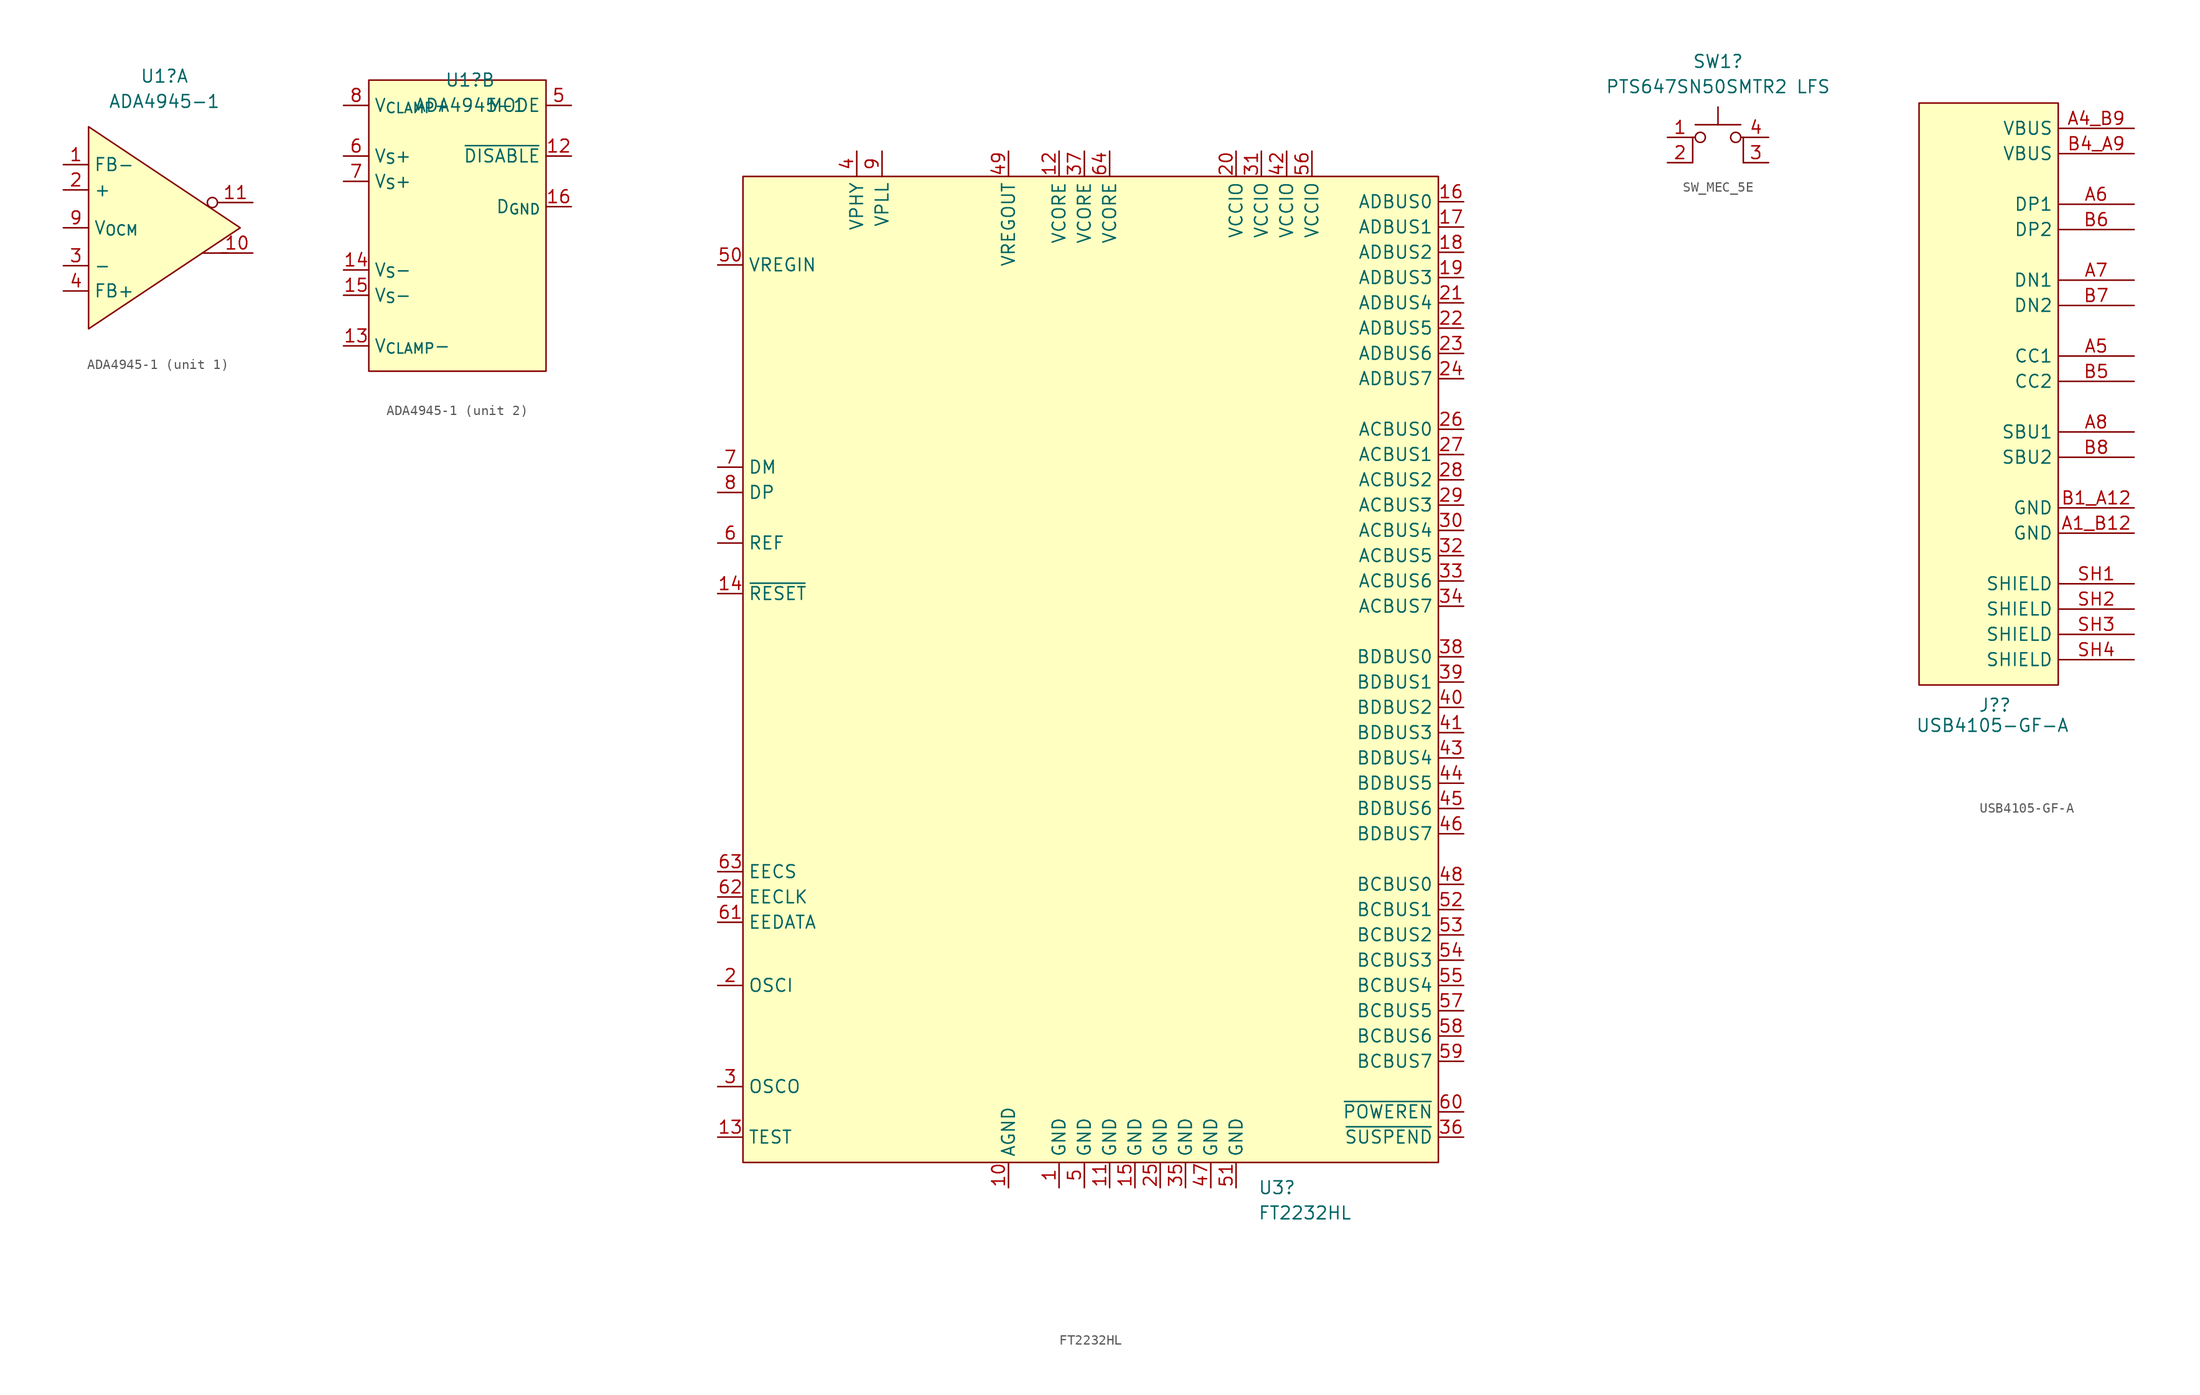
<source format=kicad_sym>
(kicad_symbol_lib
  (version 20241209)
  (generator "kicad_symbol_editor")
  (generator_version "9.0")
  (symbol "ADA4945-1"
    (property "Reference" "U1"
      (at 1.27 15.24 0)
      (effects (font (size 1.27 1.27))))
    (property "Value" "ADA4945-1"
      (at 1.27 12.7 0)
      (effects (font (size 1.27 1.27))))
    (property "ki_locked" ""
      (at 0 0 0)
      (effects (font (size 1.27 1.27))))
    (symbol "ADA4945-1_1_1"
      (polyline (pts (xy -6.35 10.16) (xy -6.35 -10.16) (xy 8.89 0) (xy -6.35 10.16)) (stroke (width 0) (type solid)) (fill (type background)))
      (circle (center 6.096 2.54) (radius 0.508) (stroke (width 0) (type default)) (fill (type none)))
      (polyline (pts (xy 7.62 -2.54) (xy 5.08 -2.54)) (stroke (width 0) (type default)) (fill (type none)))
      (pin output line (at -8.89 6.35 0) (length 2.54) (name "FB-" (effects (font (size 1.27 1.27)))) (number "1" (effects (font (size 1.27 1.27)))))
      (pin input line (at -8.89 3.81 0) (length 2.54) (name "+" (effects (font (size 1.27 1.27)))) (number "2" (effects (font (size 1.27 1.27)))))
      (pin input line (at -8.89 0 0) (length 2.54) (name "V_{OCM}" (effects (font (size 1.27 1.27)))) (number "9" (effects (font (size 1.27 1.27)))))
      (pin input line (at -8.89 -3.81 0) (length 2.54) (name "-" (effects (font (size 1.27 1.27)))) (number "3" (effects (font (size 1.27 1.27)))))
      (pin output line (at -8.89 -6.35 0) (length 2.54) (name "FB+" (effects (font (size 1.27 1.27)))) (number "4" (effects (font (size 1.27 1.27)))))
      (pin output line (at 10.16 2.54 180) (length 3.48) (name "" (effects (font (size 1.27 1.27)))) (number "11" (effects (font (size 1.27 1.27)))))
      (pin output line (at 10.16 -2.54 180) (length 3.175) (name "" (effects (font (size 1.27 1.27)))) (number "10" (effects (font (size 1.27 1.27))))))
    (symbol "ADA4945-1_2_1"
      (rectangle (start -8.89 15.24) (end 8.89 -13.97) (stroke (width 0) (type default)) (fill (type background)))
      (pin power_in line (at -11.43 12.7 0) (length 2.54) (name "V_{CLAMP}+" (effects (font (size 1.27 1.27)))) (number "8" (effects (font (size 1.27 1.27)))))
      (pin power_in line (at -11.43 7.62 0) (length 2.54) (name "V_{S}+" (effects (font (size 1.27 1.27)))) (number "6" (effects (font (size 1.27 1.27)))))
      (pin power_in line (at -11.43 5.08 0) (length 2.54) (name "V_{S}+" (effects (font (size 1.27 1.27)))) (number "7" (effects (font (size 1.27 1.27)))))
      (pin power_in line (at -11.43 -3.81 0) (length 2.54) (name "V_{S}-" (effects (font (size 1.27 1.27)))) (number "14" (effects (font (size 1.27 1.27)))))
      (pin power_in line (at -11.43 -6.35 0) (length 2.54) (name "V_{S}-" (effects (font (size 1.27 1.27)))) (number "15" (effects (font (size 1.27 1.27)))))
      (pin power_in line (at -11.43 -11.43 0) (length 2.54) (name "V_{CLAMP}-" (effects (font (size 1.27 1.27)))) (number "13" (effects (font (size 1.27 1.27)))))
      (pin input line (at 11.43 12.7 180) (length 2.54) (name "MODE" (effects (font (size 1.27 1.27)))) (number "5" (effects (font (size 1.27 1.27)))))
      (pin input line (at 11.43 7.62 180) (length 2.54) (name "~{DISABLE}" (effects (font (size 1.27 1.27)))) (number "12" (effects (font (size 1.27 1.27)))))
      (pin passive line (at 11.43 2.54 180) (length 2.54) (name "D_{GND}" (effects (font (size 1.27 1.27)))) (number "16" (effects (font (size 1.27 1.27)))))))
  (symbol "FT2232HL"
    (property "Reference" "U3"
      (at 14.894 -44.45 0)
      (effects (font (size 1.27 1.27)) (justify left)))
    (property "Value" "FT2232HL"
      (at 14.894 -46.99 0)
      (effects (font (size 1.27 1.27)) (justify left)))
    (symbol "FT2232HL_1_1"
      (rectangle (start -36.83 57.15) (end 33.02 -41.91) (stroke (width 0) (type default)) (fill (type background)))
      (pin power_in line (at -39.37 48.26 0) (length 2.54) (name "VREGIN" (effects (font (size 1.27 1.27)))) (number "50" (effects (font (size 1.27 1.27)))))
      (pin bidirectional line (at -39.37 27.94 0) (length 2.54) (name "DM" (effects (font (size 1.27 1.27)))) (number "7" (effects (font (size 1.27 1.27)))))
      (pin bidirectional line (at -39.37 25.4 0) (length 2.54) (name "DP" (effects (font (size 1.27 1.27)))) (number "8" (effects (font (size 1.27 1.27)))))
      (pin input line (at -39.37 20.32 0) (length 2.54) (name "REF" (effects (font (size 1.27 1.27)))) (number "6" (effects (font (size 1.27 1.27)))))
      (pin input line (at -39.37 15.24 0) (length 2.54) (name "~{RESET}" (effects (font (size 1.27 1.27)))) (number "14" (effects (font (size 1.27 1.27)))))
      (pin bidirectional line (at -39.37 -12.7 0) (length 2.54) (name "EECS" (effects (font (size 1.27 1.27)))) (number "63" (effects (font (size 1.27 1.27)))))
      (pin output line (at -39.37 -15.24 0) (length 2.54) (name "EECLK" (effects (font (size 1.27 1.27)))) (number "62" (effects (font (size 1.27 1.27)))))
      (pin bidirectional line (at -39.37 -17.78 0) (length 2.54) (name "EEDATA" (effects (font (size 1.27 1.27)))) (number "61" (effects (font (size 1.27 1.27)))))
      (pin input line (at -39.37 -24.13 0) (length 2.54) (name "OSCI" (effects (font (size 1.27 1.27)))) (number "2" (effects (font (size 1.27 1.27)))))
      (pin output line (at -39.37 -34.29 0) (length 2.54) (name "OSCO" (effects (font (size 1.27 1.27)))) (number "3" (effects (font (size 1.27 1.27)))))
      (pin input line (at -39.37 -39.37 0) (length 2.54) (name "TEST" (effects (font (size 1.27 1.27)))) (number "13" (effects (font (size 1.27 1.27)))))
      (pin power_in line (at -25.4 59.69 270) (length 2.54) (name "VPHY" (effects (font (size 1.27 1.27)))) (number "4" (effects (font (size 1.27 1.27)))))
      (pin power_in line (at -22.86 59.69 270) (length 2.54) (name "VPLL" (effects (font (size 1.27 1.27)))) (number "9" (effects (font (size 1.27 1.27)))))
      (pin power_out line (at -10.16 59.69 270) (length 2.54) (name "VREGOUT" (effects (font (size 1.27 1.27)))) (number "49" (effects (font (size 1.27 1.27)))))
      (pin power_in line (at -10.16 -44.45 90) (length 2.54) (name "AGND" (effects (font (size 1.27 1.27)))) (number "10" (effects (font (size 1.27 1.27)))))
      (pin power_in line (at -5.08 59.69 270) (length 2.54) (name "VCORE" (effects (font (size 1.27 1.27)))) (number "12" (effects (font (size 1.27 1.27)))))
      (pin power_in line (at -5.08 -44.45 90) (length 2.54) (name "GND" (effects (font (size 1.27 1.27)))) (number "1" (effects (font (size 1.27 1.27)))))
      (pin power_in line (at -2.54 59.69 270) (length 2.54) (name "VCORE" (effects (font (size 1.27 1.27)))) (number "37" (effects (font (size 1.27 1.27)))))
      (pin power_in line (at -2.54 -44.45 90) (length 2.54) (name "GND" (effects (font (size 1.27 1.27)))) (number "5" (effects (font (size 1.27 1.27)))))
      (pin power_in line (at 0 59.69 270) (length 2.54) (name "VCORE" (effects (font (size 1.27 1.27)))) (number "64" (effects (font (size 1.27 1.27)))))
      (pin power_in line (at 0 -44.45 90) (length 2.54) (name "GND" (effects (font (size 1.27 1.27)))) (number "11" (effects (font (size 1.27 1.27)))))
      (pin power_in line (at 2.54 -44.45 90) (length 2.54) (name "GND" (effects (font (size 1.27 1.27)))) (number "15" (effects (font (size 1.27 1.27)))))
      (pin power_in line (at 5.08 -44.45 90) (length 2.54) (name "GND" (effects (font (size 1.27 1.27)))) (number "25" (effects (font (size 1.27 1.27)))))
      (pin power_in line (at 7.62 -44.45 90) (length 2.54) (name "GND" (effects (font (size 1.27 1.27)))) (number "35" (effects (font (size 1.27 1.27)))))
      (pin power_in line (at 10.16 -44.45 90) (length 2.54) (name "GND" (effects (font (size 1.27 1.27)))) (number "47" (effects (font (size 1.27 1.27)))))
      (pin power_in line (at 12.7 59.69 270) (length 2.54) (name "VCCIO" (effects (font (size 1.27 1.27)))) (number "20" (effects (font (size 1.27 1.27)))))
      (pin power_in line (at 12.7 -44.45 90) (length 2.54) (name "GND" (effects (font (size 1.27 1.27)))) (number "51" (effects (font (size 1.27 1.27)))))
      (pin power_in line (at 15.24 59.69 270) (length 2.54) (name "VCCIO" (effects (font (size 1.27 1.27)))) (number "31" (effects (font (size 1.27 1.27)))))
      (pin power_in line (at 17.78 59.69 270) (length 2.54) (name "VCCIO" (effects (font (size 1.27 1.27)))) (number "42" (effects (font (size 1.27 1.27)))))
      (pin power_in line (at 20.32 59.69 270) (length 2.54) (name "VCCIO" (effects (font (size 1.27 1.27)))) (number "56" (effects (font (size 1.27 1.27)))))
      (pin bidirectional line (at 35.56 54.61 180) (length 2.54) (name "ADBUS0" (effects (font (size 1.27 1.27)))) (number "16" (effects (font (size 1.27 1.27)))))
      (pin bidirectional line (at 35.56 52.07 180) (length 2.54) (name "ADBUS1" (effects (font (size 1.27 1.27)))) (number "17" (effects (font (size 1.27 1.27)))))
      (pin bidirectional line (at 35.56 49.53 180) (length 2.54) (name "ADBUS2" (effects (font (size 1.27 1.27)))) (number "18" (effects (font (size 1.27 1.27)))))
      (pin bidirectional line (at 35.56 46.99 180) (length 2.54) (name "ADBUS3" (effects (font (size 1.27 1.27)))) (number "19" (effects (font (size 1.27 1.27)))))
      (pin bidirectional line (at 35.56 44.45 180) (length 2.54) (name "ADBUS4" (effects (font (size 1.27 1.27)))) (number "21" (effects (font (size 1.27 1.27)))))
      (pin bidirectional line (at 35.56 41.91 180) (length 2.54) (name "ADBUS5" (effects (font (size 1.27 1.27)))) (number "22" (effects (font (size 1.27 1.27)))))
      (pin bidirectional line (at 35.56 39.37 180) (length 2.54) (name "ADBUS6" (effects (font (size 1.27 1.27)))) (number "23" (effects (font (size 1.27 1.27)))))
      (pin bidirectional line (at 35.56 36.83 180) (length 2.54) (name "ADBUS7" (effects (font (size 1.27 1.27)))) (number "24" (effects (font (size 1.27 1.27)))))
      (pin bidirectional line (at 35.56 31.75 180) (length 2.54) (name "ACBUS0" (effects (font (size 1.27 1.27)))) (number "26" (effects (font (size 1.27 1.27)))))
      (pin bidirectional line (at 35.56 29.21 180) (length 2.54) (name "ACBUS1" (effects (font (size 1.27 1.27)))) (number "27" (effects (font (size 1.27 1.27)))))
      (pin bidirectional line (at 35.56 26.67 180) (length 2.54) (name "ACBUS2" (effects (font (size 1.27 1.27)))) (number "28" (effects (font (size 1.27 1.27)))))
      (pin bidirectional line (at 35.56 24.13 180) (length 2.54) (name "ACBUS3" (effects (font (size 1.27 1.27)))) (number "29" (effects (font (size 1.27 1.27)))))
      (pin bidirectional line (at 35.56 21.59 180) (length 2.54) (name "ACBUS4" (effects (font (size 1.27 1.27)))) (number "30" (effects (font (size 1.27 1.27)))))
      (pin bidirectional line (at 35.56 19.05 180) (length 2.54) (name "ACBUS5" (effects (font (size 1.27 1.27)))) (number "32" (effects (font (size 1.27 1.27)))))
      (pin bidirectional line (at 35.56 16.51 180) (length 2.54) (name "ACBUS6" (effects (font (size 1.27 1.27)))) (number "33" (effects (font (size 1.27 1.27)))))
      (pin bidirectional line (at 35.56 13.97 180) (length 2.54) (name "ACBUS7" (effects (font (size 1.27 1.27)))) (number "34" (effects (font (size 1.27 1.27)))))
      (pin bidirectional line (at 35.56 8.89 180) (length 2.54) (name "BDBUS0" (effects (font (size 1.27 1.27)))) (number "38" (effects (font (size 1.27 1.27)))))
      (pin bidirectional line (at 35.56 6.35 180) (length 2.54) (name "BDBUS1" (effects (font (size 1.27 1.27)))) (number "39" (effects (font (size 1.27 1.27)))))
      (pin bidirectional line (at 35.56 3.81 180) (length 2.54) (name "BDBUS2" (effects (font (size 1.27 1.27)))) (number "40" (effects (font (size 1.27 1.27)))))
      (pin bidirectional line (at 35.56 1.27 180) (length 2.54) (name "BDBUS3" (effects (font (size 1.27 1.27)))) (number "41" (effects (font (size 1.27 1.27)))))
      (pin bidirectional line (at 35.56 -1.27 180) (length 2.54) (name "BDBUS4" (effects (font (size 1.27 1.27)))) (number "43" (effects (font (size 1.27 1.27)))))
      (pin bidirectional line (at 35.56 -3.81 180) (length 2.54) (name "BDBUS5" (effects (font (size 1.27 1.27)))) (number "44" (effects (font (size 1.27 1.27)))))
      (pin bidirectional line (at 35.56 -6.35 180) (length 2.54) (name "BDBUS6" (effects (font (size 1.27 1.27)))) (number "45" (effects (font (size 1.27 1.27)))))
      (pin bidirectional line (at 35.56 -8.89 180) (length 2.54) (name "BDBUS7" (effects (font (size 1.27 1.27)))) (number "46" (effects (font (size 1.27 1.27)))))
      (pin bidirectional line (at 35.56 -13.97 180) (length 2.54) (name "BCBUS0" (effects (font (size 1.27 1.27)))) (number "48" (effects (font (size 1.27 1.27)))))
      (pin bidirectional line (at 35.56 -16.51 180) (length 2.54) (name "BCBUS1" (effects (font (size 1.27 1.27)))) (number "52" (effects (font (size 1.27 1.27)))))
      (pin bidirectional line (at 35.56 -19.05 180) (length 2.54) (name "BCBUS2" (effects (font (size 1.27 1.27)))) (number "53" (effects (font (size 1.27 1.27)))))
      (pin bidirectional line (at 35.56 -21.59 180) (length 2.54) (name "BCBUS3" (effects (font (size 1.27 1.27)))) (number "54" (effects (font (size 1.27 1.27)))))
      (pin bidirectional line (at 35.56 -24.13 180) (length 2.54) (name "BCBUS4" (effects (font (size 1.27 1.27)))) (number "55" (effects (font (size 1.27 1.27)))))
      (pin bidirectional line (at 35.56 -26.67 180) (length 2.54) (name "BCBUS5" (effects (font (size 1.27 1.27)))) (number "57" (effects (font (size 1.27 1.27)))))
      (pin bidirectional line (at 35.56 -29.21 180) (length 2.54) (name "BCBUS6" (effects (font (size 1.27 1.27)))) (number "58" (effects (font (size 1.27 1.27)))))
      (pin bidirectional line (at 35.56 -31.75 180) (length 2.54) (name "BCBUS7" (effects (font (size 1.27 1.27)))) (number "59" (effects (font (size 1.27 1.27)))))
      (pin output line (at 35.56 -36.83 180) (length 2.54) (name "~{POWEREN}" (effects (font (size 1.27 1.27)))) (number "60" (effects (font (size 1.27 1.27)))))
      (pin output line (at 35.56 -39.37 180) (length 2.54) (name "~{SUSPEND}" (effects (font (size 1.27 1.27)))) (number "36" (effects (font (size 1.27 1.27)))))))
  (symbol "SW_MEC_5E"
    (pin_names
      (offset 1.016)
      (hide yes))
    (property "Reference" "SW1"
      (at 0 10.16 0)
      (effects (font (size 1.27 1.27))))
    (property "Value" "PTS647SN50SMTR2 LFS"
      (at 0 7.62 0)
      (effects (font (size 1.27 1.27))))
    (symbol "SW_MEC_5E_0_1"
      (polyline (pts (xy -2.54 0) (xy -2.54 2.54) (xy -2.286 2.54)) (stroke (width 0) (type default)) (fill (type none)))
      (polyline (pts (xy -2.286 3.81) (xy 2.286 3.81)) (stroke (width 0) (type default)) (fill (type none)))
      (circle (center -1.778 2.54) (radius 0.508) (stroke (width 0) (type default)) (fill (type none)))
      (polyline (pts (xy 0 3.81) (xy 0 5.588)) (stroke (width 0) (type default)) (fill (type none)))
      (circle (center 1.778 2.54) (radius 0.508) (stroke (width 0) (type default)) (fill (type none)))
      (polyline (pts (xy 2.54 0) (xy 2.54 2.54) (xy 2.286 2.54)) (stroke (width 0) (type default)) (fill (type none)))
      (pin passive line (at -5.08 2.54 0) (length 2.54) (name "1" (effects (font (size 1.27 1.27)))) (number "1" (effects (font (size 1.27 1.27)))))
      (pin passive line (at -5.08 0 0) (length 2.54) (name "2" (effects (font (size 1.27 1.27)))) (number "2" (effects (font (size 1.27 1.27)))))
      (pin passive line (at 5.08 2.54 180) (length 2.54) (name "A" (effects (font (size 1.27 1.27)))) (number "4" (effects (font (size 1.27 1.27)))))
      (pin passive line (at 5.08 0 180) (length 2.54) (name "K" (effects (font (size 1.27 1.27)))) (number "3" (effects (font (size 1.27 1.27)))))))
  (symbol "USB4105-GF-A"
    (property "Reference" "J?"
      (at 16.51 -4.572 0)
      (effects (font (size 1.27 1.27))))
    (property "Value" "USB4105-GF-A"
      (at 16.256 -6.604 0)
      (effects (font (size 1.27 1.27))))
    (symbol "USB4105-GF-A_1_1"
      (rectangle (start 8.89 55.88) (end 22.86 -2.54) (stroke (width 0) (type solid)) (fill (type background)))
      (pin power_in line (at 30.48 53.34 180) (length 7.62) (name "VBUS" (effects (font (size 1.27 1.27)))) (number "A4_B9" (effects (font (size 1.27 1.27)))))
      (pin power_in line (at 30.48 50.8 180) (length 7.62) (name "VBUS" (effects (font (size 1.27 1.27)))) (number "B4_A9" (effects (font (size 1.27 1.27)))))
      (pin bidirectional line (at 30.48 45.72 180) (length 7.62) (name "DP1" (effects (font (size 1.27 1.27)))) (number "A6" (effects (font (size 1.27 1.27)))))
      (pin bidirectional line (at 30.48 43.18 180) (length 7.62) (name "DP2" (effects (font (size 1.27 1.27)))) (number "B6" (effects (font (size 1.27 1.27)))))
      (pin bidirectional line (at 30.48 38.1 180) (length 7.62) (name "DN1" (effects (font (size 1.27 1.27)))) (number "A7" (effects (font (size 1.27 1.27)))))
      (pin bidirectional line (at 30.48 35.56 180) (length 7.62) (name "DN2" (effects (font (size 1.27 1.27)))) (number "B7" (effects (font (size 1.27 1.27)))))
      (pin input line (at 30.48 30.48 180) (length 7.62) (name "CC1" (effects (font (size 1.27 1.27)))) (number "A5" (effects (font (size 1.27 1.27)))))
      (pin input line (at 30.48 27.94 180) (length 7.62) (name "CC2" (effects (font (size 1.27 1.27)))) (number "B5" (effects (font (size 1.27 1.27)))))
      (pin input line (at 30.48 22.86 180) (length 7.62) (name "SBU1" (effects (font (size 1.27 1.27)))) (number "A8" (effects (font (size 1.27 1.27)))))
      (pin input line (at 30.48 20.32 180) (length 7.62) (name "SBU2" (effects (font (size 1.27 1.27)))) (number "B8" (effects (font (size 1.27 1.27)))))
      (pin power_in line (at 30.48 15.24 180) (length 7.62) (name "GND" (effects (font (size 1.27 1.27)))) (number "B1_A12" (effects (font (size 1.27 1.27)))))
      (pin power_in line (at 30.48 12.7 180) (length 7.62) (name "GND" (effects (font (size 1.27 1.27)))) (number "A1_B12" (effects (font (size 1.27 1.27)))))
      (pin passive line (at 30.48 7.62 180) (length 7.62) (name "SHIELD" (effects (font (size 1.27 1.27)))) (number "SH1" (effects (font (size 1.27 1.27)))))
      (pin passive line (at 30.48 5.08 180) (length 7.62) (name "SHIELD" (effects (font (size 1.27 1.27)))) (number "SH2" (effects (font (size 1.27 1.27)))))
      (pin passive line (at 30.48 2.54 180) (length 7.62) (name "SHIELD" (effects (font (size 1.27 1.27)))) (number "SH3" (effects (font (size 1.27 1.27)))))
      (pin passive line (at 30.48 0 180) (length 7.62) (name "SHIELD" (effects (font (size 1.27 1.27)))) (number "SH4" (effects (font (size 1.27 1.27))))))))
</source>
